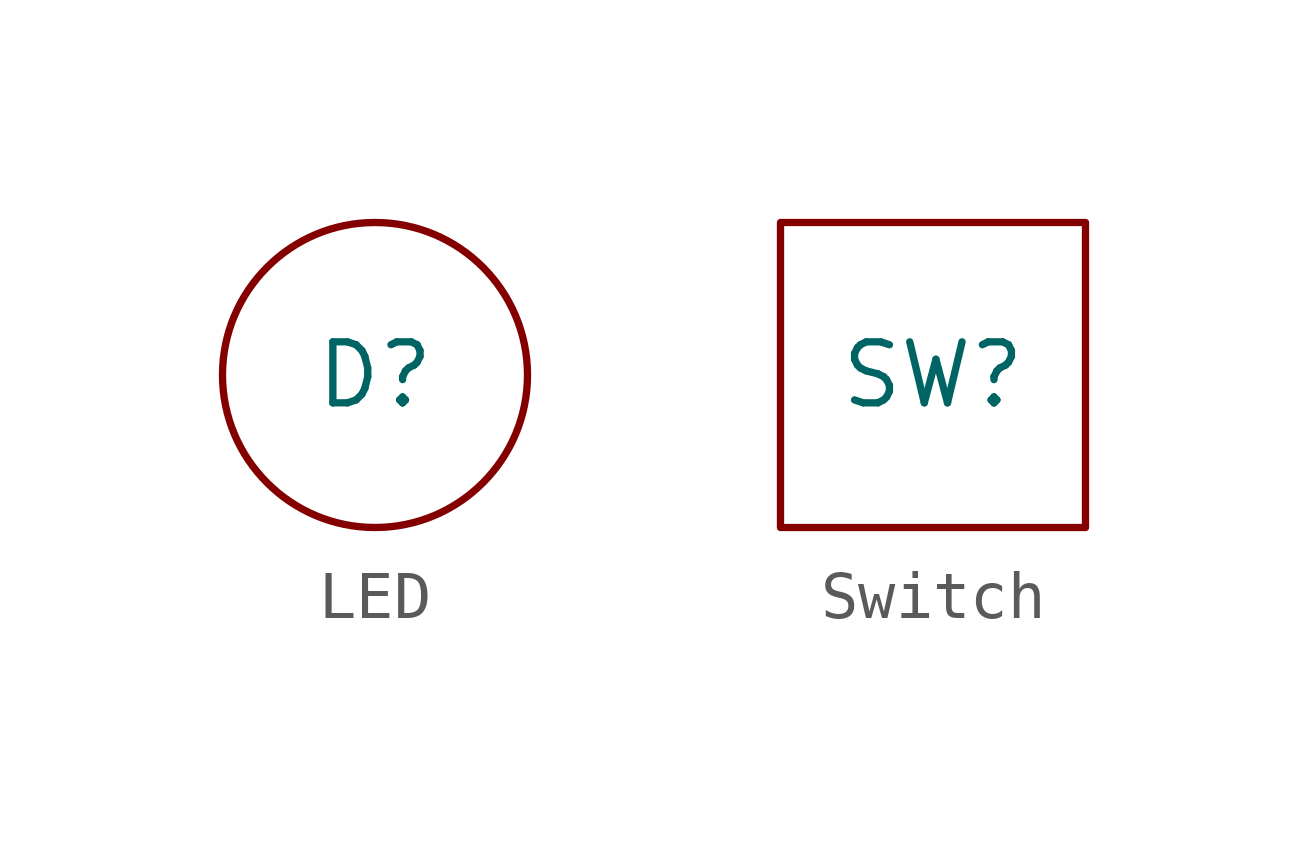
<source format=kicad_sym>
(kicad_symbol_lib
  (version 20220914)
  (generator kicad_symbol_editor)
  (symbol "LED"
    (property "Reference" "D"
      (at 0 0 0)
      (do_not_autoplace)
      (effects (font (size 1.27 1.27))))
    (property "Value" ""
      (at 0 0 0)
      (effects (font (size 1.27 1.27))))
    (symbol "LED_0_1"
      (circle (center 0 0) (radius 3.175) (stroke (width 0) (type default)) (fill (type none)))))
  (symbol "Switch"
    (property "Reference" "SW"
      (at 0 0 0)
      (do_not_autoplace)
      (effects (font (size 1.27 1.27))))
    (property "Value" ""
      (at 0 0 0)
      (effects (font (size 1.27 1.27))))
    (symbol "Switch_0_1"
      (rectangle (start -3.175 3.175) (end 3.175 -3.175) (stroke (width 0) (type default)) (fill (type none))))))
</source>
